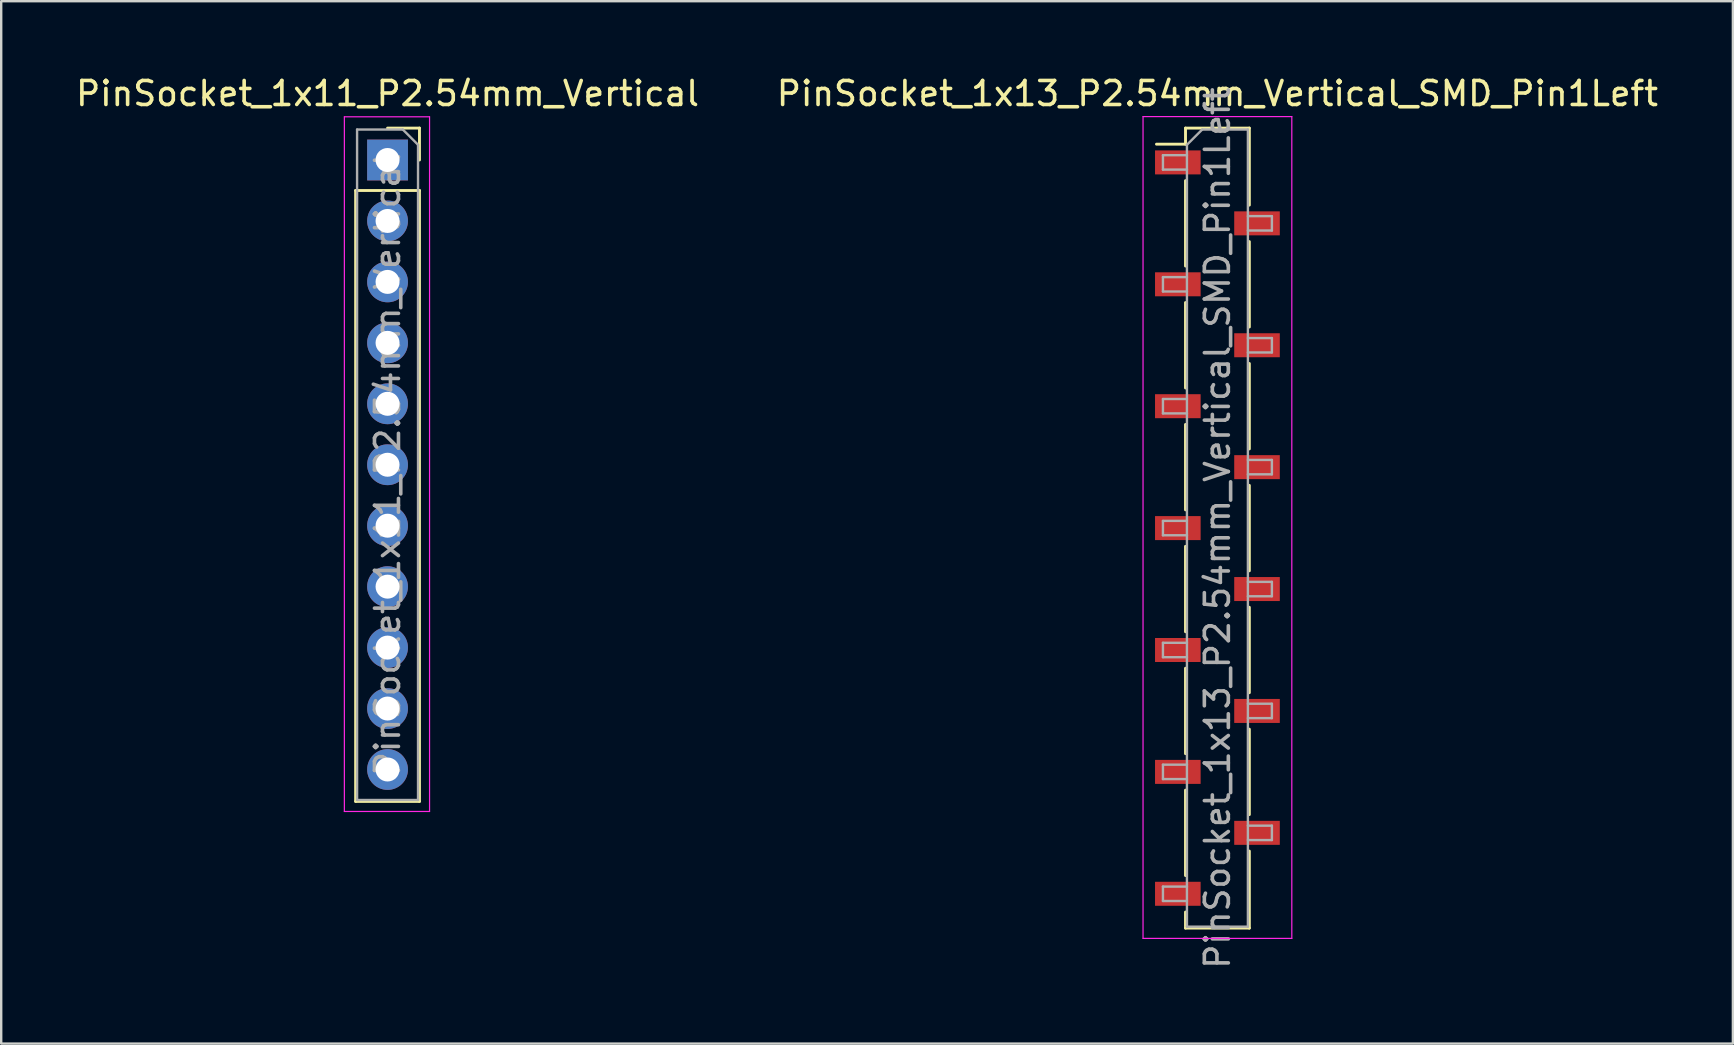
<source format=kicad_pcb>
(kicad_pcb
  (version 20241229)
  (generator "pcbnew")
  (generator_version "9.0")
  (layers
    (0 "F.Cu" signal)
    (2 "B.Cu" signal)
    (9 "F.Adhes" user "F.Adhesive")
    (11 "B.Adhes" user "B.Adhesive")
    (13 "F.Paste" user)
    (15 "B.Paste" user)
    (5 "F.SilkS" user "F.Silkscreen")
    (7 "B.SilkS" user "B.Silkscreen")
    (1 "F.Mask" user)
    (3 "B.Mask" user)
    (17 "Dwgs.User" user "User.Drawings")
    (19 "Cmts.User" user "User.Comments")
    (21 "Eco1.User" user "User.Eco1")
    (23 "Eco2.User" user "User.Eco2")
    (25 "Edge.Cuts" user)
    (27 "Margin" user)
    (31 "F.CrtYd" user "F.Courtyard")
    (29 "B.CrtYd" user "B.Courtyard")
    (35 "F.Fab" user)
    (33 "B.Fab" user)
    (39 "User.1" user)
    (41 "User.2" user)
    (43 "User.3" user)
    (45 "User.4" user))
  (footprint "PinSocket_1x11_P2.54mm_Vertical"
    (layer "F.Cu")
    (at 13.101 3.618)
    (property "Reference" "PinSocket_1x11_P2.54mm_Vertical" (at 0 -2.77 0) (layer "F.SilkS") (effects (font (size 1 1) (thickness 0.15))))
    (attr through_hole)
    (fp_line (start -1.33 1.27) (end -1.33 26.73) (stroke (width 0.12) (type solid)) (layer "F.SilkS"))
    (fp_line (start -1.33 1.27) (end 1.33 1.27) (stroke (width 0.12) (type solid)) (layer "F.SilkS"))
    (fp_line (start -1.33 26.73) (end 1.33 26.73) (stroke (width 0.12) (type solid)) (layer "F.SilkS"))
    (fp_line (start 0 -1.33) (end 1.33 -1.33) (stroke (width 0.12) (type solid)) (layer "F.SilkS"))
    (fp_line (start 1.33 -1.33) (end 1.33 0) (stroke (width 0.12) (type solid)) (layer "F.SilkS"))
    (fp_line (start 1.33 1.27) (end 1.33 26.73) (stroke (width 0.12) (type solid)) (layer "F.SilkS"))
    (fp_line (start -1.8 -1.8) (end 1.75 -1.8) (stroke (width 0.05) (type solid)) (layer "F.CrtYd"))
    (fp_line (start -1.8 27.15) (end -1.8 -1.8) (stroke (width 0.05) (type solid)) (layer "F.CrtYd"))
    (fp_line (start 1.75 -1.8) (end 1.75 27.15) (stroke (width 0.05) (type solid)) (layer "F.CrtYd"))
    (fp_line (start 1.75 27.15) (end -1.8 27.15) (stroke (width 0.05) (type solid)) (layer "F.CrtYd"))
    (fp_line (start -1.27 -1.27) (end 0.635 -1.27) (stroke (width 0.1) (type solid)) (layer "F.Fab"))
    (fp_line (start -1.27 26.67) (end -1.27 -1.27) (stroke (width 0.1) (type solid)) (layer "F.Fab"))
    (fp_line (start 0.635 -1.27) (end 1.27 -0.635) (stroke (width 0.1) (type solid)) (layer "F.Fab"))
    (fp_line (start 1.27 -0.635) (end 1.27 26.67) (stroke (width 0.1) (type solid)) (layer "F.Fab"))
    (fp_line (start 1.27 26.67) (end -1.27 26.67) (stroke (width 0.1) (type solid)) (layer "F.Fab"))
    (fp_text user "${REFERENCE}" (at 0 12.7 90) (layer "F.Fab") (effects (font (size 1 1) (thickness 0.15))))
    (pad "1" thru_hole rect (at 0 0) (size 1.7 1.7) (drill 1) (layers "*.Cu" "*.Mask"))
    (pad "2" thru_hole oval (at 0 2.54) (size 1.7 1.7) (drill 1) (layers "*.Cu" "*.Mask"))
    (pad "3" thru_hole oval (at 0 5.08) (size 1.7 1.7) (drill 1) (layers "*.Cu" "*.Mask"))
    (pad "4" thru_hole oval (at 0 7.62) (size 1.7 1.7) (drill 1) (layers "*.Cu" "*.Mask"))
    (pad "5" thru_hole oval (at 0 10.16) (size 1.7 1.7) (drill 1) (layers "*.Cu" "*.Mask"))
    (pad "6" thru_hole oval (at 0 12.7) (size 1.7 1.7) (drill 1) (layers "*.Cu" "*.Mask"))
    (pad "7" thru_hole oval (at 0 15.24) (size 1.7 1.7) (drill 1) (layers "*.Cu" "*.Mask"))
    (pad "8" thru_hole oval (at 0 17.78) (size 1.7 1.7) (drill 1) (layers "*.Cu" "*.Mask"))
    (pad "9" thru_hole oval (at 0 20.32) (size 1.7 1.7) (drill 1) (layers "*.Cu" "*.Mask"))
    (pad "10" thru_hole oval (at 0 22.86) (size 1.7 1.7) (drill 1) (layers "*.Cu" "*.Mask"))
    (pad "11" thru_hole oval (at 0 25.4) (size 1.7 1.7) (drill 1) (layers "*.Cu" "*.Mask")))
  (footprint "PinSocket_1x13_P2.54mm_Vertical_SMD_Pin1Left"
    (layer "F.Cu")
    (at 47.685 18.958)
    (property "Reference" "PinSocket_1x13_P2.54mm_Vertical_SMD_Pin1Left" (at 0 -18.11 0) (layer "F.SilkS") (effects (font (size 1 1) (thickness 0.15))))
    (attr smd)
    (fp_line (start -2.54 -16) (end -1.33 -16) (stroke (width 0.12) (type solid)) (layer "F.SilkS"))
    (fp_line (start -1.33 -16.67) (end -1.33 -16) (stroke (width 0.12) (type solid)) (layer "F.SilkS"))
    (fp_line (start -1.33 -16.67) (end 1.33 -16.67) (stroke (width 0.12) (type solid)) (layer "F.SilkS"))
    (fp_line (start -1.33 -14.48) (end -1.33 -10.92) (stroke (width 0.12) (type solid)) (layer "F.SilkS"))
    (fp_line (start -1.33 -9.4) (end -1.33 -5.84) (stroke (width 0.12) (type solid)) (layer "F.SilkS"))
    (fp_line (start -1.33 -4.32) (end -1.33 -0.76) (stroke (width 0.12) (type solid)) (layer "F.SilkS"))
    (fp_line (start -1.33 0.76) (end -1.33 4.32) (stroke (width 0.12) (type solid)) (layer "F.SilkS"))
    (fp_line (start -1.33 5.84) (end -1.33 9.4) (stroke (width 0.12) (type solid)) (layer "F.SilkS"))
    (fp_line (start -1.33 10.92) (end -1.33 14.48) (stroke (width 0.12) (type solid)) (layer "F.SilkS"))
    (fp_line (start -1.33 16) (end -1.33 16.67) (stroke (width 0.12) (type solid)) (layer "F.SilkS"))
    (fp_line (start -1.33 16.67) (end 1.33 16.67) (stroke (width 0.12) (type solid)) (layer "F.SilkS"))
    (fp_line (start 1.33 -16.67) (end 1.33 -13.46) (stroke (width 0.12) (type solid)) (layer "F.SilkS"))
    (fp_line (start 1.33 -11.94) (end 1.33 -8.38) (stroke (width 0.12) (type solid)) (layer "F.SilkS"))
    (fp_line (start 1.33 -6.86) (end 1.33 -3.3) (stroke (width 0.12) (type solid)) (layer "F.SilkS"))
    (fp_line (start 1.33 -1.78) (end 1.33 1.78) (stroke (width 0.12) (type solid)) (layer "F.SilkS"))
    (fp_line (start 1.33 3.3) (end 1.33 6.86) (stroke (width 0.12) (type solid)) (layer "F.SilkS"))
    (fp_line (start 1.33 8.38) (end 1.33 11.94) (stroke (width 0.12) (type solid)) (layer "F.SilkS"))
    (fp_line (start 1.33 13.46) (end 1.33 16.67) (stroke (width 0.12) (type solid)) (layer "F.SilkS"))
    (fp_line (start -3.1 -17.15) (end 3.1 -17.15) (stroke (width 0.05) (type solid)) (layer "F.CrtYd"))
    (fp_line (start -3.1 17.1) (end -3.1 -17.15) (stroke (width 0.05) (type solid)) (layer "F.CrtYd"))
    (fp_line (start 3.1 -17.15) (end 3.1 17.1) (stroke (width 0.05) (type solid)) (layer "F.CrtYd"))
    (fp_line (start 3.1 17.1) (end -3.1 17.1) (stroke (width 0.05) (type solid)) (layer "F.CrtYd"))
    (fp_line (start -2.27 -15.54) (end -1.27 -15.54) (stroke (width 0.1) (type solid)) (layer "F.Fab"))
    (fp_line (start -2.27 -14.94) (end -2.27 -15.54) (stroke (width 0.1) (type solid)) (layer "F.Fab"))
    (fp_line (start -2.27 -10.46) (end -1.27 -10.46) (stroke (width 0.1) (type solid)) (layer "F.Fab"))
    (fp_line (start -2.27 -9.86) (end -2.27 -10.46) (stroke (width 0.1) (type solid)) (layer "F.Fab"))
    (fp_line (start -2.27 -5.38) (end -1.27 -5.38) (stroke (width 0.1) (type solid)) (layer "F.Fab"))
    (fp_line (start -2.27 -4.78) (end -2.27 -5.38) (stroke (width 0.1) (type solid)) (layer "F.Fab"))
    (fp_line (start -2.27 -0.3) (end -1.27 -0.3) (stroke (width 0.1) (type solid)) (layer "F.Fab"))
    (fp_line (start -2.27 0.3) (end -2.27 -0.3) (stroke (width 0.1) (type solid)) (layer "F.Fab"))
    (fp_line (start -2.27 4.78) (end -1.27 4.78) (stroke (width 0.1) (type solid)) (layer "F.Fab"))
    (fp_line (start -2.27 5.38) (end -2.27 4.78) (stroke (width 0.1) (type solid)) (layer "F.Fab"))
    (fp_line (start -2.27 9.86) (end -1.27 9.86) (stroke (width 0.1) (type solid)) (layer "F.Fab"))
    (fp_line (start -2.27 10.46) (end -2.27 9.86) (stroke (width 0.1) (type solid)) (layer "F.Fab"))
    (fp_line (start -2.27 14.94) (end -1.27 14.94) (stroke (width 0.1) (type solid)) (layer "F.Fab"))
    (fp_line (start -2.27 15.54) (end -2.27 14.94) (stroke (width 0.1) (type solid)) (layer "F.Fab"))
    (fp_line (start -1.27 -15.975) (end -0.635 -16.61) (stroke (width 0.1) (type solid)) (layer "F.Fab"))
    (fp_line (start -1.27 -14.94) (end -2.27 -14.94) (stroke (width 0.1) (type solid)) (layer "F.Fab"))
    (fp_line (start -1.27 -9.86) (end -2.27 -9.86) (stroke (width 0.1) (type solid)) (layer "F.Fab"))
    (fp_line (start -1.27 -4.78) (end -2.27 -4.78) (stroke (width 0.1) (type solid)) (layer "F.Fab"))
    (fp_line (start -1.27 0.3) (end -2.27 0.3) (stroke (width 0.1) (type solid)) (layer "F.Fab"))
    (fp_line (start -1.27 5.38) (end -2.27 5.38) (stroke (width 0.1) (type solid)) (layer "F.Fab"))
    (fp_line (start -1.27 10.46) (end -2.27 10.46) (stroke (width 0.1) (type solid)) (layer "F.Fab"))
    (fp_line (start -1.27 15.54) (end -2.27 15.54) (stroke (width 0.1) (type solid)) (layer "F.Fab"))
    (fp_line (start -1.27 16.61) (end -1.27 -15.975) (stroke (width 0.1) (type solid)) (layer "F.Fab"))
    (fp_line (start -0.635 -16.61) (end 1.27 -16.61) (stroke (width 0.1) (type solid)) (layer "F.Fab"))
    (fp_line (start 1.27 -16.61) (end 1.27 16.61) (stroke (width 0.1) (type solid)) (layer "F.Fab"))
    (fp_line (start 1.27 -13) (end 2.27 -13) (stroke (width 0.1) (type solid)) (layer "F.Fab"))
    (fp_line (start 1.27 -7.92) (end 2.27 -7.92) (stroke (width 0.1) (type solid)) (layer "F.Fab"))
    (fp_line (start 1.27 -2.84) (end 2.27 -2.84) (stroke (width 0.1) (type solid)) (layer "F.Fab"))
    (fp_line (start 1.27 2.24) (end 2.27 2.24) (stroke (width 0.1) (type solid)) (layer "F.Fab"))
    (fp_line (start 1.27 7.32) (end 2.27 7.32) (stroke (width 0.1) (type solid)) (layer "F.Fab"))
    (fp_line (start 1.27 12.4) (end 2.27 12.4) (stroke (width 0.1) (type solid)) (layer "F.Fab"))
    (fp_line (start 1.27 16.61) (end -1.27 16.61) (stroke (width 0.1) (type solid)) (layer "F.Fab"))
    (fp_line (start 2.27 -13) (end 2.27 -12.4) (stroke (width 0.1) (type solid)) (layer "F.Fab"))
    (fp_line (start 2.27 -12.4) (end 1.27 -12.4) (stroke (width 0.1) (type solid)) (layer "F.Fab"))
    (fp_line (start 2.27 -7.92) (end 2.27 -7.32) (stroke (width 0.1) (type solid)) (layer "F.Fab"))
    (fp_line (start 2.27 -7.32) (end 1.27 -7.32) (stroke (width 0.1) (type solid)) (layer "F.Fab"))
    (fp_line (start 2.27 -2.84) (end 2.27 -2.24) (stroke (width 0.1) (type solid)) (layer "F.Fab"))
    (fp_line (start 2.27 -2.24) (end 1.27 -2.24) (stroke (width 0.1) (type solid)) (layer "F.Fab"))
    (fp_line (start 2.27 2.24) (end 2.27 2.84) (stroke (width 0.1) (type solid)) (layer "F.Fab"))
    (fp_line (start 2.27 2.84) (end 1.27 2.84) (stroke (width 0.1) (type solid)) (layer "F.Fab"))
    (fp_line (start 2.27 7.32) (end 2.27 7.92) (stroke (width 0.1) (type solid)) (layer "F.Fab"))
    (fp_line (start 2.27 7.92) (end 1.27 7.92) (stroke (width 0.1) (type solid)) (layer "F.Fab"))
    (fp_line (start 2.27 12.4) (end 2.27 13) (stroke (width 0.1) (type solid)) (layer "F.Fab"))
    (fp_line (start 2.27 13) (end 1.27 13) (stroke (width 0.1) (type solid)) (layer "F.Fab"))
    (fp_text user "${REFERENCE}" (at 0 0 90) (layer "F.Fab") (effects (font (size 1 1) (thickness 0.15))))
    (pad "1" smd rect (at -1.65 -15.24) (size 1.9 1) (layers "F.Cu" "F.Mask" "F.Paste"))
    (pad "2" smd rect (at 1.65 -12.7) (size 1.9 1) (layers "F.Cu" "F.Mask" "F.Paste"))
    (pad "3" smd rect (at -1.65 -10.16) (size 1.9 1) (layers "F.Cu" "F.Mask" "F.Paste"))
    (pad "4" smd rect (at 1.65 -7.62) (size 1.9 1) (layers "F.Cu" "F.Mask" "F.Paste"))
    (pad "5" smd rect (at -1.65 -5.08) (size 1.9 1) (layers "F.Cu" "F.Mask" "F.Paste"))
    (pad "6" smd rect (at 1.65 -2.54) (size 1.9 1) (layers "F.Cu" "F.Mask" "F.Paste"))
    (pad "7" smd rect (at -1.65 0) (size 1.9 1) (layers "F.Cu" "F.Mask" "F.Paste"))
    (pad "8" smd rect (at 1.65 2.54) (size 1.9 1) (layers "F.Cu" "F.Mask" "F.Paste"))
    (pad "9" smd rect (at -1.65 5.08) (size 1.9 1) (layers "F.Cu" "F.Mask" "F.Paste"))
    (pad "10" smd rect (at 1.65 7.62) (size 1.9 1) (layers "F.Cu" "F.Mask" "F.Paste"))
    (pad "11" smd rect (at -1.65 10.16) (size 1.9 1) (layers "F.Cu" "F.Mask" "F.Paste"))
    (pad "12" smd rect (at 1.65 12.7) (size 1.9 1) (layers "F.Cu" "F.Mask" "F.Paste"))
    (pad "13" smd rect (at -1.65 15.24) (size 1.9 1) (layers "F.Cu" "F.Mask" "F.Paste")))
  (gr_rect
    (start -3 -3)
    (end 69.167 40.44)
    (stroke (width 0.1) (type default))
    (fill no)
    (layer "Edge.Cuts")))
</source>
